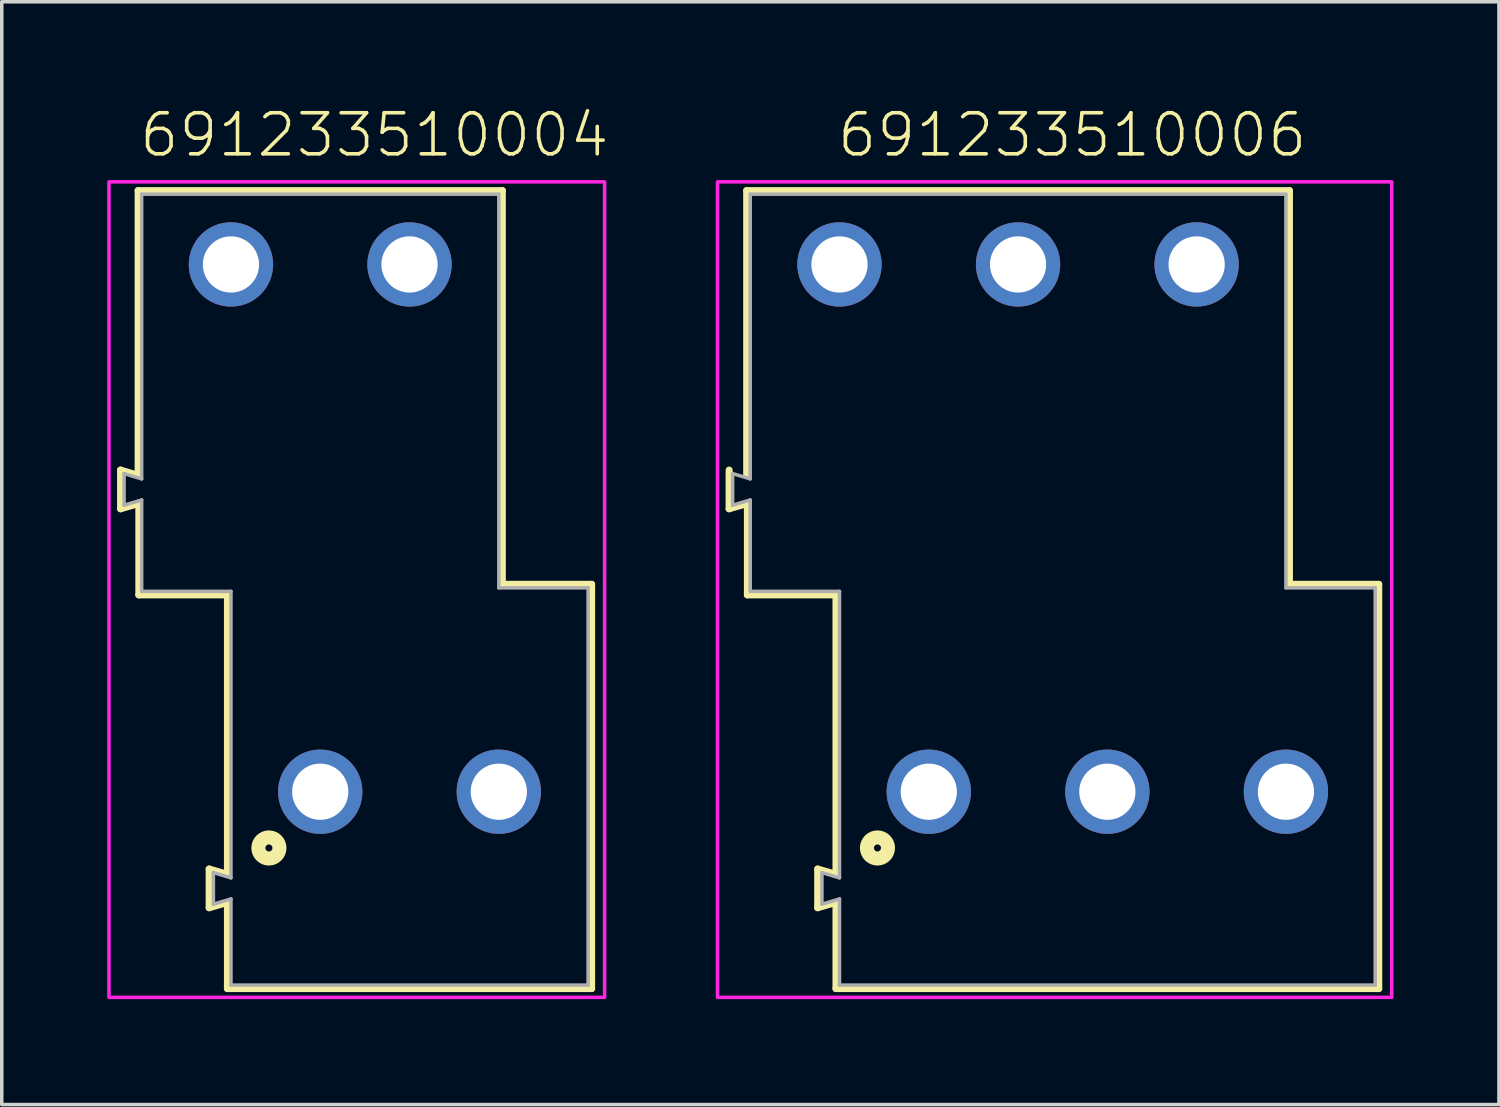
<source format=kicad_pcb>
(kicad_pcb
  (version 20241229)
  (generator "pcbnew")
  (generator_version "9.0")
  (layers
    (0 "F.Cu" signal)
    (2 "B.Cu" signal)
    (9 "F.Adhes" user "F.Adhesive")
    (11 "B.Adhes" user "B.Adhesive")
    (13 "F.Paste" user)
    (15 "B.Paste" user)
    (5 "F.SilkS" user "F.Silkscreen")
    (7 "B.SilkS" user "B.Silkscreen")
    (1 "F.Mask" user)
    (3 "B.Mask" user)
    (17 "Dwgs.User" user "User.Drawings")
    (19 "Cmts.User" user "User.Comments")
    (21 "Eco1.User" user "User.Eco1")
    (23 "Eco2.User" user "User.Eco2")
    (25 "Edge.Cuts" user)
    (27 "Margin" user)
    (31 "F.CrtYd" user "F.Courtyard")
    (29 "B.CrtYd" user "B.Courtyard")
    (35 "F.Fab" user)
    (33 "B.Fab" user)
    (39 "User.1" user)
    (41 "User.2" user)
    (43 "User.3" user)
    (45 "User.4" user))
  (footprint "691233510006"
    (layer "F.Cu")
    (at 28.452 19.473)
    (property "Reference" "691233510006" (at -1 -18 0) (unlocked yes) (layer "F.SilkS") (effects (font (size 1.168 1.168) (thickness 0.102)) (justify bottom)))
    (fp_line (start -10.76 -8.05) (end -10.76 -9.15) (stroke (width 0.2) (type solid)) (layer "F.SilkS"))
    (fp_line (start -10.26 -17.1) (end 5.18 -17.1) (stroke (width 0.2) (type solid)) (layer "F.SilkS"))
    (fp_line (start -10.26 -9) (end -10.26 -17.1) (stroke (width 0.2) (type solid)) (layer "F.SilkS"))
    (fp_line (start -10.24 -8.2) (end -10.76 -8.05) (stroke (width 0.2) (type solid)) (layer "F.SilkS"))
    (fp_line (start -10.24 -5.6) (end -10.24 -8.2) (stroke (width 0.2) (type solid)) (layer "F.SilkS"))
    (fp_line (start -8.24 2.2) (end -7.72 2.35) (stroke (width 0.2) (type solid)) (layer "F.SilkS"))
    (fp_line (start -8.24 3.3) (end -8.24 2.2) (stroke (width 0.2) (type solid)) (layer "F.SilkS"))
    (fp_line (start -7.72 -5.6) (end -10.24 -5.6) (stroke (width 0.2) (type solid)) (layer "F.SilkS"))
    (fp_line (start -7.72 2.35) (end -7.72 -5.6) (stroke (width 0.2) (type solid)) (layer "F.SilkS"))
    (fp_line (start -7.72 3.15) (end -8.24 3.3) (stroke (width 0.2) (type solid)) (layer "F.SilkS"))
    (fp_line (start -7.72 5.6) (end -7.72 3.15) (stroke (width 0.2) (type solid)) (layer "F.SilkS"))
    (fp_line (start 5.18 -17.1) (end 5.18 -5.9) (stroke (width 0.2) (type solid)) (layer "F.SilkS"))
    (fp_line (start 5.18 -5.9) (end 7.72 -5.9) (stroke (width 0.2) (type solid)) (layer "F.SilkS"))
    (fp_line (start 7.72 -5.9) (end 7.72 5.6) (stroke (width 0.2) (type solid)) (layer "F.SilkS"))
    (fp_line (start 7.72 5.6) (end -7.72 5.6) (stroke (width 0.2) (type solid)) (layer "F.SilkS"))
    (fp_circle (center -6.54 1.6) (end -6.44 1.6) (stroke (width 0.4) (type solid)) (fill no) (layer "F.SilkS"))
    (fp_poly (pts (xy 8.09 5.85) (xy -11.09 5.85) (xy -11.09 -17.35) (xy 8.09 -17.35)) (stroke (width 0.1) (type default)) (fill no) (layer "F.CrtYd"))
    (fp_line (start -10.66 -9.05) (end -10.66 -8.15) (stroke (width 0.1) (type solid)) (layer "F.Fab"))
    (fp_line (start -10.66 -9.05) (end -10.16 -8.9) (stroke (width 0.1) (type solid)) (layer "F.Fab"))
    (fp_line (start -10.66 -8.15) (end -10.16 -8.3) (stroke (width 0.1) (type solid)) (layer "F.Fab"))
    (fp_line (start -10.16 -17) (end -10.16 -8.9) (stroke (width 0.1) (type solid)) (layer "F.Fab"))
    (fp_line (start -10.16 -8.3) (end -10.16 -5.7) (stroke (width 0.1) (type solid)) (layer "F.Fab"))
    (fp_line (start -10.16 -5.7) (end -7.62 -5.7) (stroke (width 0.1) (type solid)) (layer "F.Fab"))
    (fp_line (start -8.12 2.3) (end -8.12 3.2) (stroke (width 0.1) (type solid)) (layer "F.Fab"))
    (fp_line (start -8.12 3.2) (end -7.62 3.05) (stroke (width 0.1) (type solid)) (layer "F.Fab"))
    (fp_line (start -7.62 -5.7) (end -7.62 2.45) (stroke (width 0.1) (type solid)) (layer "F.Fab"))
    (fp_line (start -7.62 2.45) (end -8.12 2.3) (stroke (width 0.1) (type solid)) (layer "F.Fab"))
    (fp_line (start -7.62 3.05) (end -7.62 5.5) (stroke (width 0.1) (type solid)) (layer "F.Fab"))
    (fp_line (start -7.62 5.5) (end 7.62 5.5) (stroke (width 0.1) (type solid)) (layer "F.Fab"))
    (fp_line (start 5.08 -17) (end -10.16 -17) (stroke (width 0.1) (type solid)) (layer "F.Fab"))
    (fp_line (start 5.08 -5.8) (end 5.08 -17) (stroke (width 0.1) (type solid)) (layer "F.Fab"))
    (fp_line (start 5.08 -5.8) (end 7.62 -5.8) (stroke (width 0.1) (type solid)) (layer "F.Fab"))
    (fp_line (start 7.62 5.5) (end 7.62 -5.8) (stroke (width 0.1) (type solid)) (layer "F.Fab"))
    (pad "1" thru_hole circle (at -7.62 -15) (size 2.4 2.4) (drill 1.6) (layers "*.Cu" "*.Mask"))
    (pad "2" thru_hole circle (at -2.54 -15) (size 2.4 2.4) (drill 1.6) (layers "*.Cu" "*.Mask"))
    (pad "3" thru_hole circle (at 2.54 -15) (size 2.4 2.4) (drill 1.6) (layers "*.Cu" "*.Mask"))
    (pad "4" thru_hole circle (at -5.08 0) (size 2.4 2.4) (drill 1.6) (layers "*.Cu" "*.Mask"))
    (pad "5" thru_hole circle (at 0 0) (size 2.4 2.4) (drill 1.6) (layers "*.Cu" "*.Mask"))
    (pad "6" thru_hole circle (at 5.08 0) (size 2.4 2.4) (drill 1.6) (layers "*.Cu" "*.Mask")))
  (footprint "691233510004"
    (layer "F.Cu")
    (at 8.6 19.473)
    (property "Reference" "691233510004" (at -1 -18 0) (unlocked yes) (layer "F.SilkS") (effects (font (size 1.168 1.168) (thickness 0.102)) (justify bottom)))
    (fp_line (start -8.22 -9.15) (end -7.72 -9) (stroke (width 0.2) (type solid)) (layer "F.SilkS"))
    (fp_line (start -8.22 -8.05) (end -8.22 -9.15) (stroke (width 0.2) (type solid)) (layer "F.SilkS"))
    (fp_line (start -7.72 -17.1) (end 2.64 -17.1) (stroke (width 0.2) (type solid)) (layer "F.SilkS"))
    (fp_line (start -7.72 -9) (end -7.72 -17.1) (stroke (width 0.2) (type solid)) (layer "F.SilkS"))
    (fp_line (start -7.7 -8.2) (end -8.22 -8.05) (stroke (width 0.2) (type solid)) (layer "F.SilkS"))
    (fp_line (start -7.7 -5.6) (end -7.7 -8.2) (stroke (width 0.2) (type solid)) (layer "F.SilkS"))
    (fp_line (start -5.7 2.2) (end -5.18 2.35) (stroke (width 0.2) (type solid)) (layer "F.SilkS"))
    (fp_line (start -5.7 3.3) (end -5.7 2.2) (stroke (width 0.2) (type solid)) (layer "F.SilkS"))
    (fp_line (start -5.18 -5.6) (end -7.7 -5.6) (stroke (width 0.2) (type solid)) (layer "F.SilkS"))
    (fp_line (start -5.18 2.35) (end -5.18 -5.6) (stroke (width 0.2) (type solid)) (layer "F.SilkS"))
    (fp_line (start -5.18 3.15) (end -5.7 3.3) (stroke (width 0.2) (type solid)) (layer "F.SilkS"))
    (fp_line (start -5.18 5.6) (end -5.18 3.15) (stroke (width 0.2) (type solid)) (layer "F.SilkS"))
    (fp_line (start 2.64 -17.1) (end 2.64 -5.9) (stroke (width 0.2) (type solid)) (layer "F.SilkS"))
    (fp_line (start 2.64 -5.9) (end 5.18 -5.9) (stroke (width 0.2) (type solid)) (layer "F.SilkS"))
    (fp_line (start 5.18 -5.9) (end 5.18 5.6) (stroke (width 0.2) (type solid)) (layer "F.SilkS"))
    (fp_line (start 5.18 5.6) (end -5.18 5.6) (stroke (width 0.2) (type solid)) (layer "F.SilkS"))
    (fp_circle (center -4 1.6) (end -3.9 1.6) (stroke (width 0.4) (type solid)) (fill no) (layer "F.SilkS"))
    (fp_poly (pts (xy 5.55 5.85) (xy -8.55 5.85) (xy -8.55 -17.35) (xy 5.55 -17.35)) (stroke (width 0.1) (type default)) (fill no) (layer "F.CrtYd"))
    (fp_line (start -8.12 -9.05) (end -8.12 -8.15) (stroke (width 0.1) (type solid)) (layer "F.Fab"))
    (fp_line (start -8.12 -9.05) (end -7.62 -8.9) (stroke (width 0.1) (type solid)) (layer "F.Fab"))
    (fp_line (start -8.12 -8.15) (end -7.62 -8.3) (stroke (width 0.1) (type solid)) (layer "F.Fab"))
    (fp_line (start -7.62 -17) (end -7.62 -8.9) (stroke (width 0.1) (type solid)) (layer "F.Fab"))
    (fp_line (start -7.62 -8.3) (end -7.62 -5.7) (stroke (width 0.1) (type solid)) (layer "F.Fab"))
    (fp_line (start -7.62 -5.7) (end -5.08 -5.7) (stroke (width 0.1) (type solid)) (layer "F.Fab"))
    (fp_line (start -5.58 2.3) (end -5.58 3.2) (stroke (width 0.1) (type solid)) (layer "F.Fab"))
    (fp_line (start -5.58 3.2) (end -5.08 3.05) (stroke (width 0.1) (type solid)) (layer "F.Fab"))
    (fp_line (start -5.08 -5.7) (end -5.08 2.45) (stroke (width 0.1) (type solid)) (layer "F.Fab"))
    (fp_line (start -5.08 2.45) (end -5.58 2.3) (stroke (width 0.1) (type solid)) (layer "F.Fab"))
    (fp_line (start -5.08 3.05) (end -5.08 5.5) (stroke (width 0.1) (type solid)) (layer "F.Fab"))
    (fp_line (start -5.08 5.5) (end 5.08 5.5) (stroke (width 0.1) (type solid)) (layer "F.Fab"))
    (fp_line (start 2.54 -17) (end -7.62 -17) (stroke (width 0.1) (type solid)) (layer "F.Fab"))
    (fp_line (start 2.54 -5.8) (end 2.54 -17) (stroke (width 0.1) (type solid)) (layer "F.Fab"))
    (fp_line (start 2.54 -5.8) (end 5.08 -5.8) (stroke (width 0.1) (type solid)) (layer "F.Fab"))
    (fp_line (start 5.08 5.5) (end 5.08 -5.8) (stroke (width 0.1) (type solid)) (layer "F.Fab"))
    (pad "1" thru_hole circle (at -2.54 0) (size 2.4 2.4) (drill 1.6) (layers "*.Cu" "*.Mask"))
    (pad "2" thru_hole circle (at 2.54 0) (size 2.4 2.4) (drill 1.6) (layers "*.Cu" "*.Mask"))
    (pad "3" thru_hole circle (at -5.08 -15) (size 2.4 2.4) (drill 1.6) (layers "*.Cu" "*.Mask"))
    (pad "4" thru_hole circle (at 0 -15) (size 2.4 2.4) (drill 1.6) (layers "*.Cu" "*.Mask")))
  (gr_rect
    (start -3 -3)
    (end 39.592 28.373)
    (stroke (width 0.1) (type default))
    (fill no)
    (layer "Edge.Cuts")))
</source>
